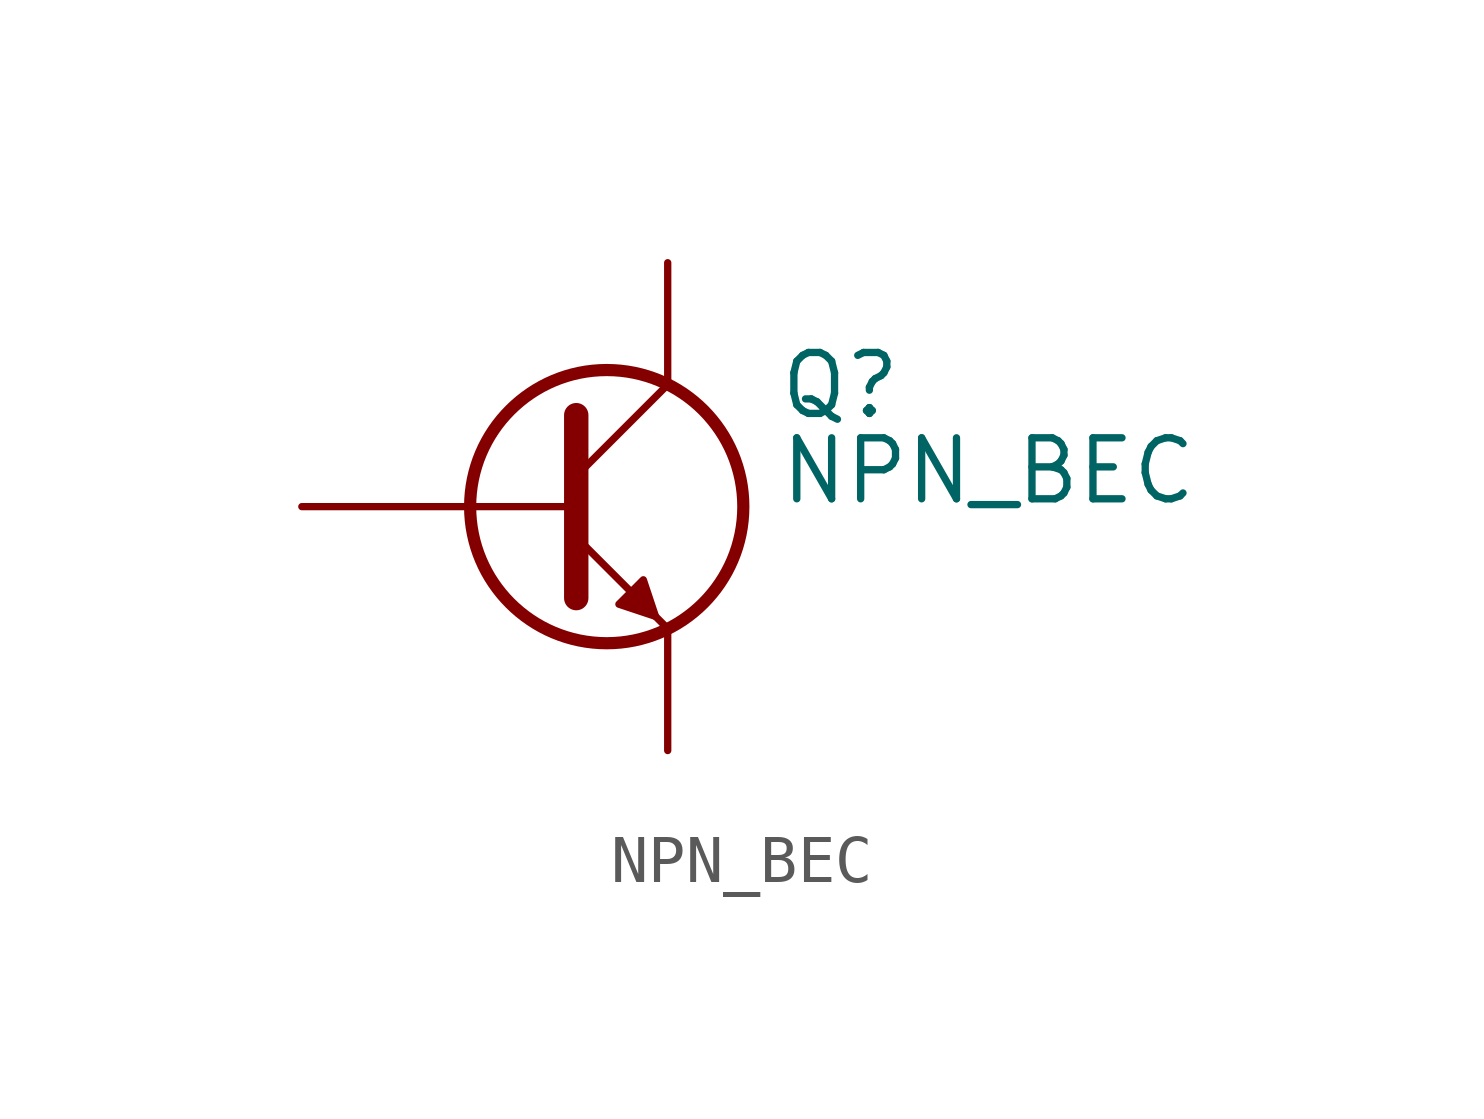
<source format=kicad_sym>
(kicad_symbol_lib
  (version 20220914)
  (generator kicad_symbol_editor)
  (symbol "NPN_BEC"
    (pin_numbers hide)
    (pin_names
      (offset 1.016))
    (property "Reference" "Q"
      (at 4.826 1.778 0)
      (effects (font (size 1.27 1.27)) (justify left bottom)))
    (property "Value" "NPN_BEC"
      (at 4.826 0 0)
      (effects (font (size 1.27 1.27)) (justify left bottom)))
    (symbol "NPN_BEC_0_1"
      (polyline (pts (xy 0.635 1.905) (xy 0.635 -1.905)) (stroke (width 0.508) (type solid)) (fill (type none)))
      (polyline (pts (xy 2.54 -2.54) (xy 0.635 -0.635)) (stroke (width 0) (type solid)) (fill (type none)))
      (polyline (pts (xy 2.54 2.54) (xy 0.635 0.635)) (stroke (width 0) (type solid)) (fill (type none)))
      (polyline (pts (xy 2.286 -2.286) (xy 2.032 -1.524) (xy 1.524 -2.032) (xy 2.286 -2.286)) (stroke (width 0) (type solid)) (fill (type outline)))
      (circle (center 1.27 0) (radius 2.845) (stroke (width 0.254) (type solid)) (fill (type none))))
    (symbol "NPN_BEC_1_1"
      (pin passive line (at -5.08 0 0) (length 5.715) (name "~" (effects (font (size 1.27 1.27)))) (number "1" (effects (font (size 1.27 1.27)))))
      (pin passive line (at 2.54 -5.08 90) (length 2.54) (name "~" (effects (font (size 1.27 1.27)))) (number "2" (effects (font (size 1.27 1.27)))))
      (pin passive line (at 2.54 5.08 270) (length 2.54) (name "~" (effects (font (size 1.27 1.27)))) (number "3" (effects (font (size 1.27 1.27))))))))
</source>
